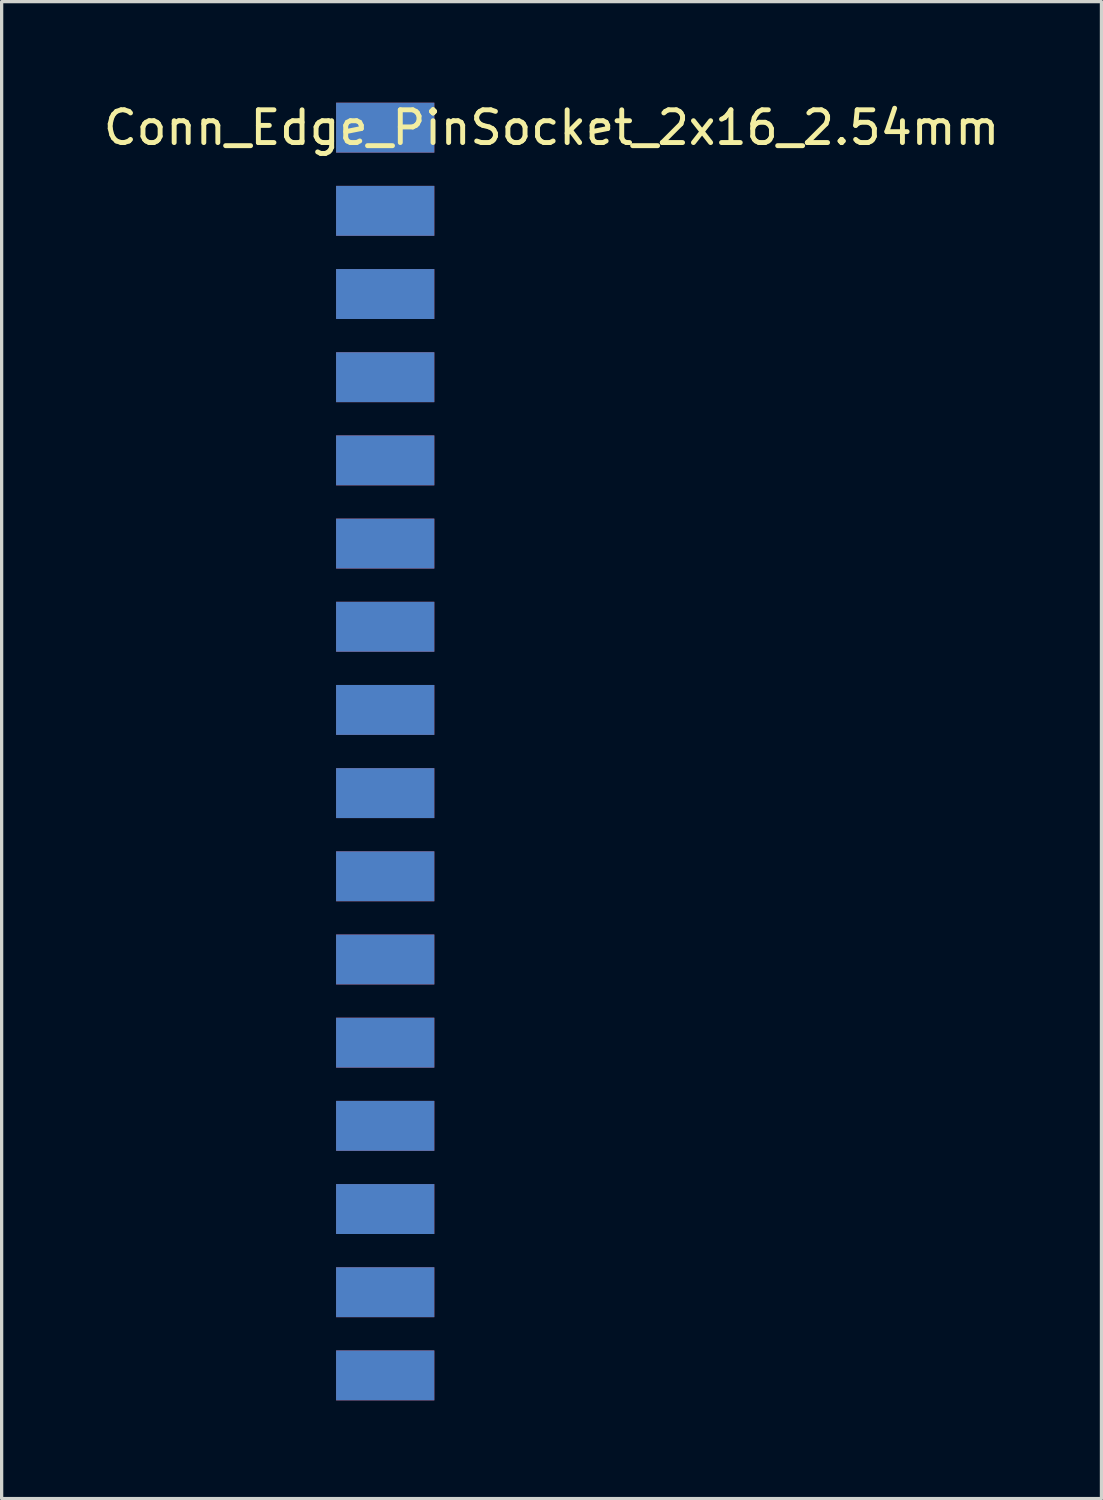
<source format=kicad_pcb>
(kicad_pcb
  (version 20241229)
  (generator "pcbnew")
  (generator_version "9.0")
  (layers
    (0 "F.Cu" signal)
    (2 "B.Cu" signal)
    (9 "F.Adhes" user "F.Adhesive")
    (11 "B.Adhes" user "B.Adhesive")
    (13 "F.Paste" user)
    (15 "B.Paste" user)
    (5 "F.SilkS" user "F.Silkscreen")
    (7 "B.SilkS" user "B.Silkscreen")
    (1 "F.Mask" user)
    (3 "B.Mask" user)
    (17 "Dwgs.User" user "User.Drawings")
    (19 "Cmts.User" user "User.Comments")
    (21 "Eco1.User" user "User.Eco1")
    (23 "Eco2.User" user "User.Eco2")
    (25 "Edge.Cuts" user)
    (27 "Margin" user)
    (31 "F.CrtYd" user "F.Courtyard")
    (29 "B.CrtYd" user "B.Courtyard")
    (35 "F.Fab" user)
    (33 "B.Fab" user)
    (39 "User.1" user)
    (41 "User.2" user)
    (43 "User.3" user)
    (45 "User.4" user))
  (footprint "Conn_Edge_PinSocket_2x16_2.54mm"
    (layer "F.Cu")
    (at 8.712 0.848)
    (property "Reference" "Conn_Edge_PinSocket_2x16_2.54mm" (at 5.08 0 0) (layer "F.SilkS") (effects (font (size 1 1) (thickness 0.15))))
    (attr through_hole)
    (pad "1" smd rect (at 0 0) (size 3 1.524) (layers "F.Cu" "F.Mask" "F.Paste"))
    (pad "2" smd rect (at 0 0) (size 3 1.524) (layers "B.Cu" "B.Mask" "B.Paste"))
    (pad "3" smd rect (at 0 2.54) (size 3 1.524) (layers "F.Cu" "F.Mask" "F.Paste"))
    (pad "4" smd rect (at 0 2.54) (size 3 1.524) (layers "B.Cu" "B.Mask" "B.Paste"))
    (pad "5" smd rect (at 0 5.08) (size 3 1.524) (layers "F.Cu" "F.Mask" "F.Paste"))
    (pad "6" smd rect (at 0 5.08) (size 3 1.524) (layers "B.Cu" "B.Mask" "B.Paste"))
    (pad "7" smd rect (at 0 7.62) (size 3 1.524) (layers "F.Cu" "F.Mask" "F.Paste"))
    (pad "8" smd rect (at 0 7.62) (size 3 1.524) (layers "B.Cu" "B.Mask" "B.Paste"))
    (pad "9" smd rect (at 0 10.16) (size 3 1.524) (layers "F.Cu" "F.Mask" "F.Paste"))
    (pad "10" smd rect (at 0 10.16) (size 3 1.524) (layers "B.Cu" "B.Mask" "B.Paste"))
    (pad "11" smd rect (at 0 12.7) (size 3 1.524) (layers "F.Cu" "F.Mask" "F.Paste"))
    (pad "12" smd rect (at 0 12.7) (size 3 1.524) (layers "B.Cu" "B.Mask" "B.Paste"))
    (pad "13" smd rect (at 0 15.24) (size 3 1.524) (layers "F.Cu" "F.Mask" "F.Paste"))
    (pad "14" smd rect (at 0 15.24) (size 3 1.524) (layers "B.Cu" "B.Mask" "B.Paste"))
    (pad "15" smd rect (at 0 17.78) (size 3 1.524) (layers "F.Cu" "F.Mask" "F.Paste"))
    (pad "16" smd rect (at 0 17.78) (size 3 1.524) (layers "B.Cu" "B.Mask" "B.Paste"))
    (pad "17" smd rect (at 0 20.32) (size 3 1.524) (layers "F.Cu" "F.Mask" "F.Paste"))
    (pad "18" smd rect (at 0 20.32) (size 3 1.524) (layers "B.Cu" "B.Mask" "B.Paste"))
    (pad "19" smd rect (at 0 22.86) (size 3 1.524) (layers "F.Cu" "F.Mask" "F.Paste"))
    (pad "20" smd rect (at 0 22.86) (size 3 1.524) (layers "B.Cu" "B.Mask" "B.Paste"))
    (pad "21" smd rect (at 0 25.4) (size 3 1.524) (layers "F.Cu" "F.Mask" "F.Paste"))
    (pad "22" smd rect (at 0 25.4) (size 3 1.524) (layers "B.Cu" "B.Mask" "B.Paste"))
    (pad "23" smd rect (at 0 27.94) (size 3 1.524) (layers "F.Cu" "F.Mask" "F.Paste"))
    (pad "24" smd rect (at 0 27.94) (size 3 1.524) (layers "B.Cu" "B.Mask" "B.Paste"))
    (pad "25" smd rect (at 0 30.48) (size 3 1.524) (layers "F.Cu" "F.Mask" "F.Paste"))
    (pad "26" smd rect (at 0 30.48) (size 3 1.524) (layers "B.Cu" "B.Mask" "B.Paste"))
    (pad "27" smd rect (at 0 33.02) (size 3 1.524) (layers "F.Cu" "F.Mask" "F.Paste"))
    (pad "28" smd rect (at 0 33.02) (size 3 1.524) (layers "B.Cu" "B.Mask" "B.Paste"))
    (pad "29" smd rect (at 0 35.56) (size 3 1.524) (layers "F.Cu" "F.Mask" "F.Paste"))
    (pad "30" smd rect (at 0 35.56) (size 3 1.524) (layers "B.Cu" "B.Mask" "B.Paste"))
    (pad "31" smd rect (at 0 38.1) (size 3 1.524) (layers "F.Cu" "F.Mask" "F.Paste"))
    (pad "32" smd rect (at 0 38.1) (size 3 1.524) (layers "B.Cu" "B.Mask" "B.Paste")))
  (gr_rect
    (start -3 -3)
    (end 30.583 42.71)
    (stroke (width 0.1) (type default))
    (fill no)
    (layer "Edge.Cuts")))
</source>
